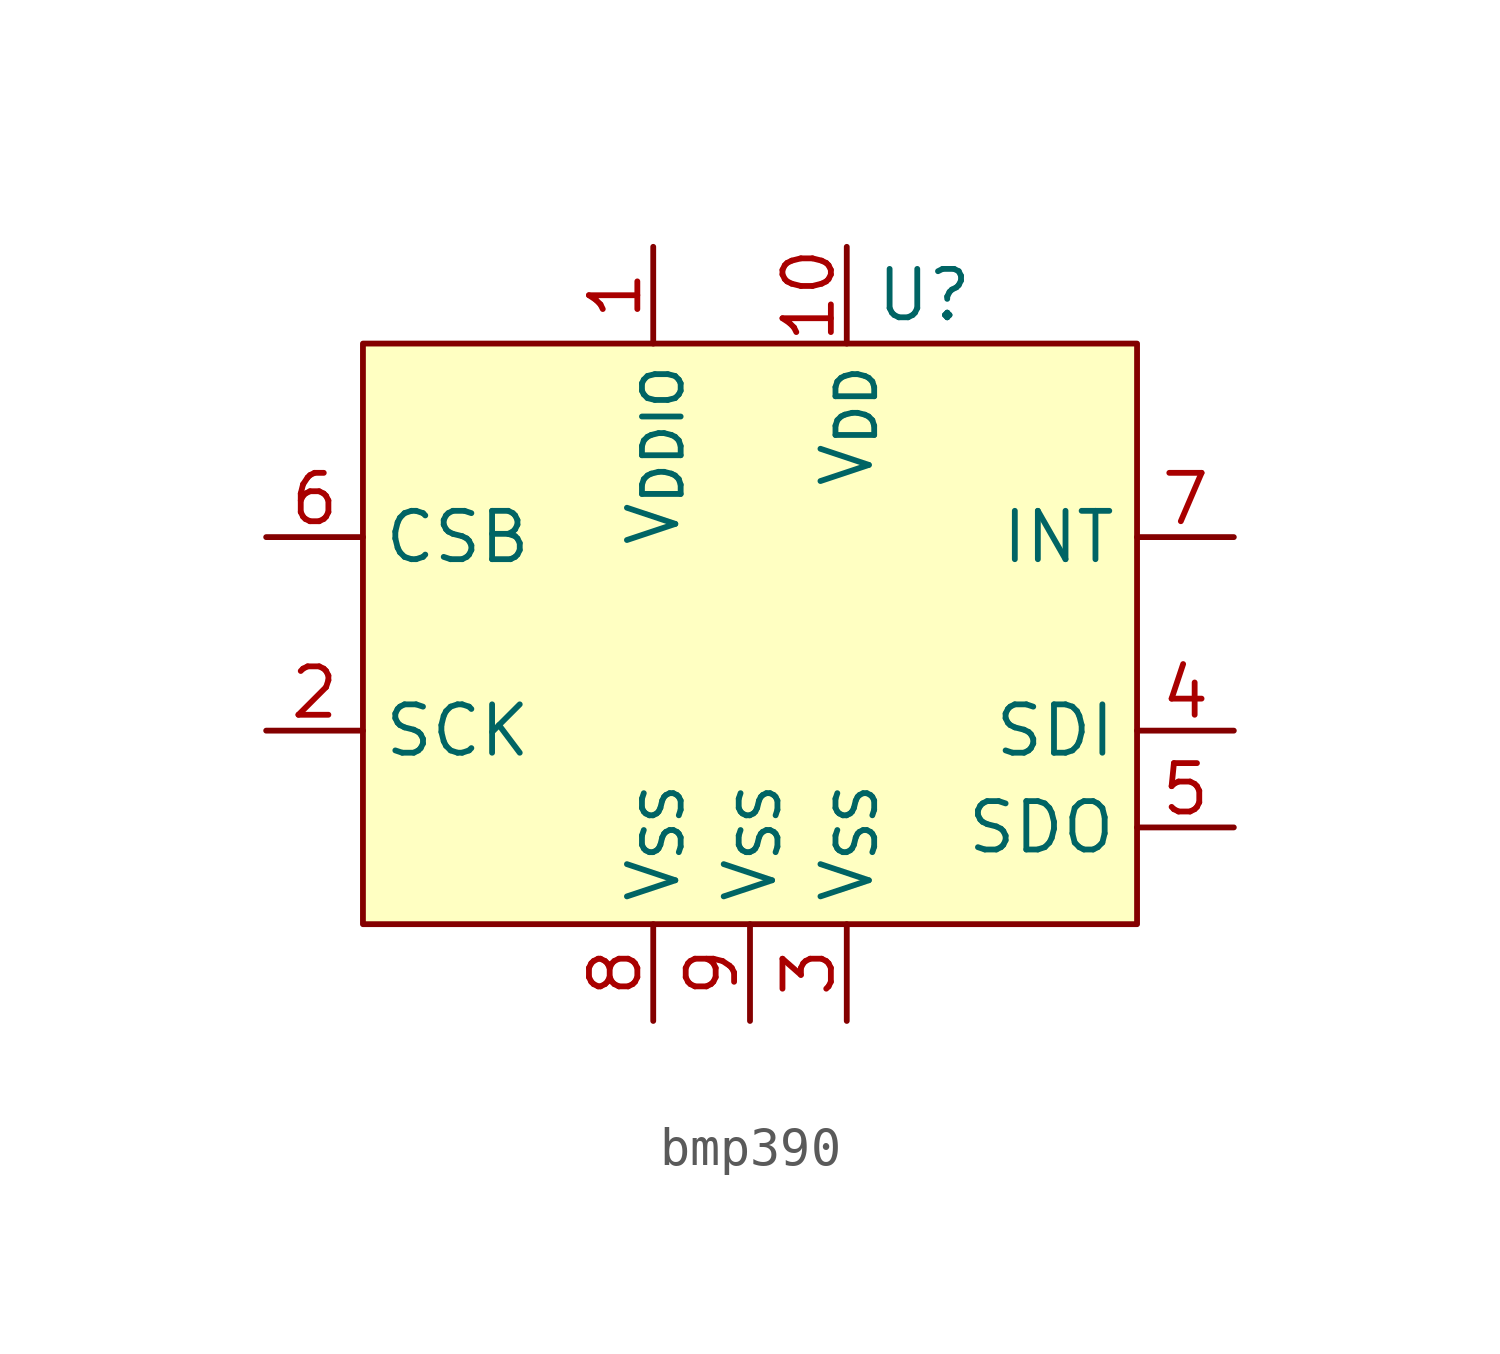
<source format=kicad_sym>
(kicad_symbol_lib
  (version 20231120)
  (generator "kicad_symbol_editor")
  (generator_version "8.0")
  (symbol "bmp390"
    (property "Reference" "U"
      (at 4.572 8.89 0)
      (effects (font (size 1.27 1.27))))
    (property "Value" ""
      (at 0 0 0)
      (effects (font (size 1.27 1.27))))
    (symbol "bmp390_1_0"
      (pin power_in line (at 2.54 10.16 270) (length 2.54) (name "V_{DD}" (effects (font (size 1.27 1.27)))) (number "10" (effects (font (size 1.27 1.27)))))
      (pin power_in line (at 0 -10.16 90) (length 2.54) (name "V_{SS}" (effects (font (size 1.27 1.27)))) (number "9" (effects (font (size 1.27 1.27))))))
    (symbol "bmp390_1_1"
      (rectangle (start -10.16 7.62) (end 10.16 -7.62) (stroke (width 0) (type default)) (fill (type background)))
      (pin power_in line (at -2.54 10.16 270) (length 2.54) (name "V_{DDIO}" (effects (font (size 1.27 1.27)))) (number "1" (effects (font (size 1.27 1.27)))))
      (pin input line (at -12.7 -2.54 0) (length 2.54) (name "SCK" (effects (font (size 1.27 1.27)))) (number "2" (effects (font (size 1.27 1.27)))))
      (pin power_in line (at 2.54 -10.16 90) (length 2.54) (name "V_{SS}" (effects (font (size 1.27 1.27)))) (number "3" (effects (font (size 1.27 1.27)))))
      (pin bidirectional line (at 12.7 -2.54 180) (length 2.54) (name "SDI" (effects (font (size 1.27 1.27)))) (number "4" (effects (font (size 1.27 1.27)))))
      (pin bidirectional line (at 12.7 -5.08 180) (length 2.54) (name "SDO" (effects (font (size 1.27 1.27)))) (number "5" (effects (font (size 1.27 1.27)))))
      (pin input line (at -12.7 2.54 0) (length 2.54) (name "CSB" (effects (font (size 1.27 1.27)))) (number "6" (effects (font (size 1.27 1.27)))))
      (pin output line (at 12.7 2.54 180) (length 2.54) (name "INT" (effects (font (size 1.27 1.27)))) (number "7" (effects (font (size 1.27 1.27)))))
      (pin power_in line (at -2.54 -10.16 90) (length 2.54) (name "V_{SS}" (effects (font (size 1.27 1.27)))) (number "8" (effects (font (size 1.27 1.27))))))))
</source>
